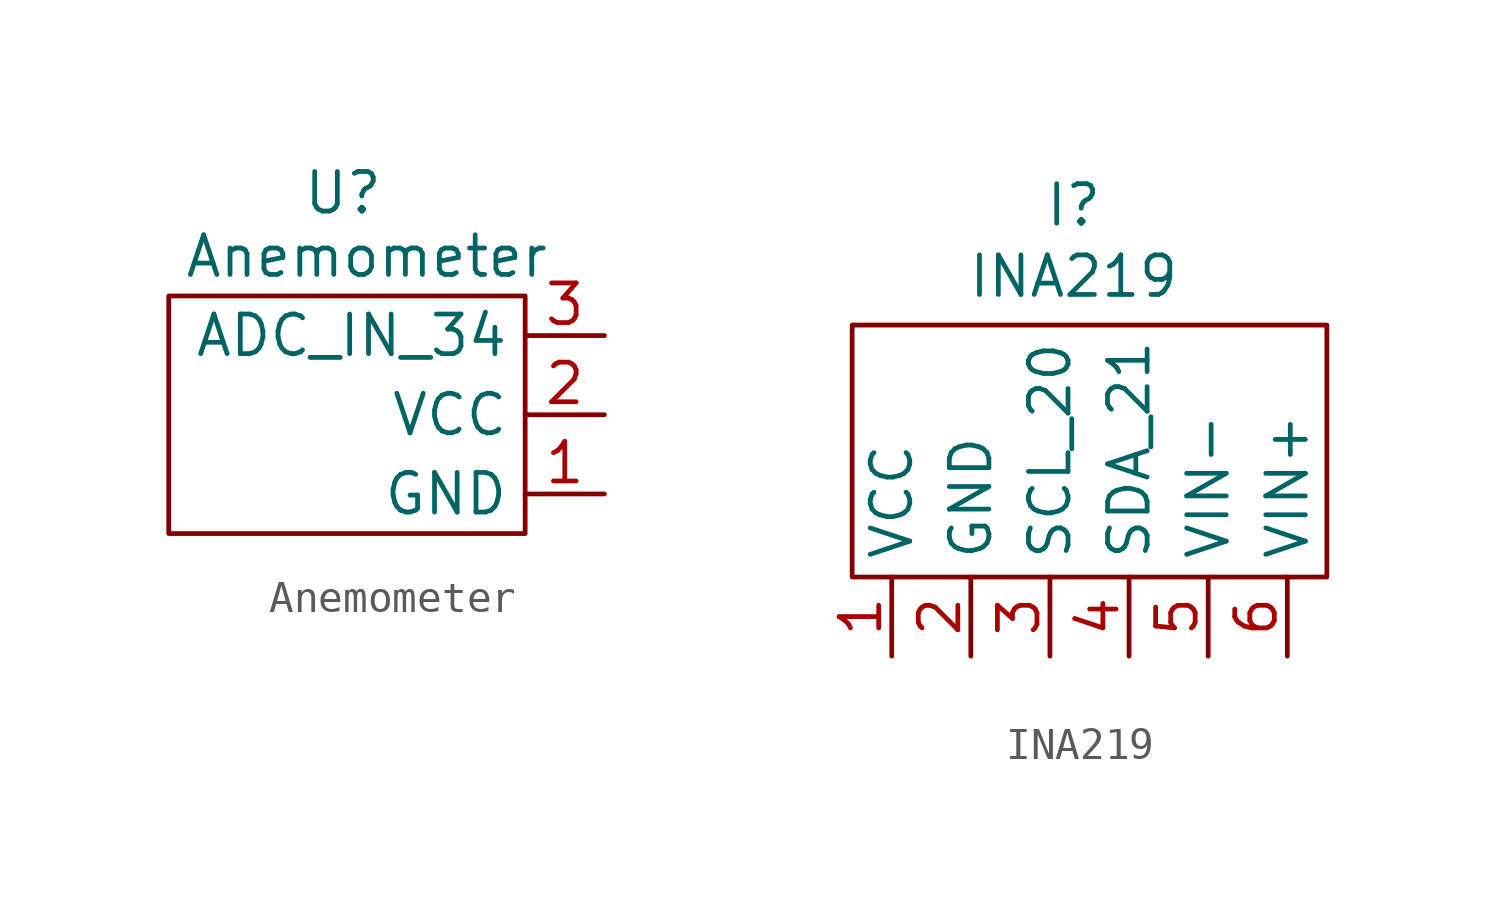
<source format=kicad_sym>
(kicad_symbol_lib
  (version 20241209)
  (generator "kicad_symbol_editor")
  (generator_version "9.0")
  (symbol "Anemometer"
    (property "Reference" "U"
      (at -0.762 2.032 0)
      (effects (font (size 1.27 1.27))))
    (property "Value" "Anemometer"
      (at 0 0 0)
      (effects (font (size 1.27 1.27))))
    (symbol "Anemometer_0_1"
      (rectangle (start -6.35 -1.27) (end 5.08 -8.89) (stroke (width 0) (type default)) (fill (type none))))
    (symbol "Anemometer_1_1"
      (pin output line (at 7.62 -2.54 180) (length 2.54) (name "ADC_IN_34" (effects (font (size 1.27 1.27)))) (number "3" (effects (font (size 1.27 1.27)))))
      (pin power_in line (at 7.62 -5.08 180) (length 2.54) (name "VCC" (effects (font (size 1.27 1.27)))) (number "2" (effects (font (size 1.27 1.27)))))
      (pin passive line (at 7.62 -7.62 180) (length 2.54) (name "GND" (effects (font (size 1.27 1.27)))) (number "1" (effects (font (size 1.27 1.27)))))))
  (symbol "INA219"
    (property "Reference" "I"
      (at 3.302 6.858 0)
      (effects (font (size 1.27 1.27))))
    (property "Value" "INA219"
      (at 3.302 4.572 0)
      (effects (font (size 1.27 1.27))))
    (symbol "INA219_0_1"
      (rectangle (start -3.81 3.009) (end 11.43 -5.08) (stroke (width 0) (type default)) (fill (type none))))
    (symbol "INA219_1_1"
      (pin power_in line (at -2.54 -7.62 90) (length 2.54) (name "VCC" (effects (font (size 1.27 1.27)))) (number "1" (effects (font (size 1.27 1.27)))))
      (pin passive line (at 0 -7.62 90) (length 2.54) (name "GND" (effects (font (size 1.27 1.27)))) (number "2" (effects (font (size 1.27 1.27)))))
      (pin bidirectional line (at 2.54 -7.62 90) (length 2.54) (name "SCL_20" (effects (font (size 1.27 1.27)))) (number "3" (effects (font (size 1.27 1.27)))))
      (pin bidirectional line (at 5.08 -7.62 90) (length 2.54) (name "SDA_21" (effects (font (size 1.27 1.27)))) (number "4" (effects (font (size 1.27 1.27)))))
      (pin power_in line (at 7.62 -7.62 90) (length 2.54) (name "VIN-" (effects (font (size 1.27 1.27)))) (number "5" (effects (font (size 1.27 1.27)))))
      (pin power_in line (at 10.16 -7.62 90) (length 2.54) (name "VIN+" (effects (font (size 1.27 1.27)))) (number "6" (effects (font (size 1.27 1.27))))))))
</source>
